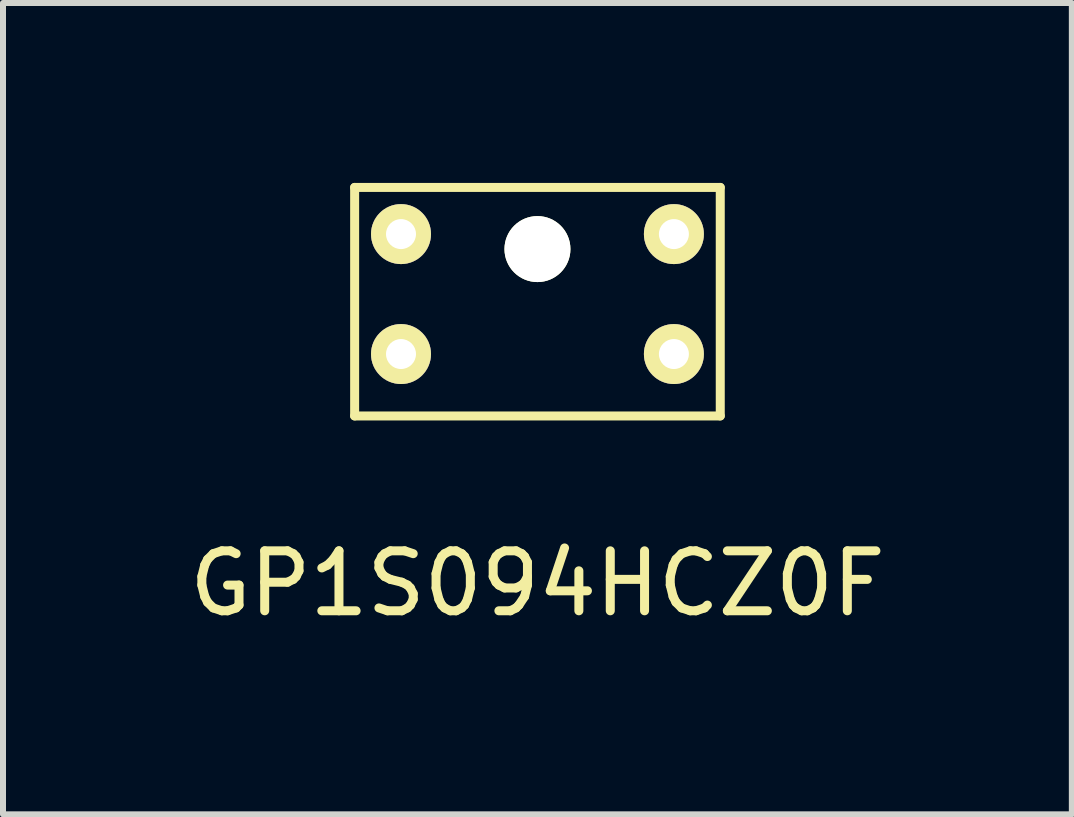
<source format=kicad_pcb>
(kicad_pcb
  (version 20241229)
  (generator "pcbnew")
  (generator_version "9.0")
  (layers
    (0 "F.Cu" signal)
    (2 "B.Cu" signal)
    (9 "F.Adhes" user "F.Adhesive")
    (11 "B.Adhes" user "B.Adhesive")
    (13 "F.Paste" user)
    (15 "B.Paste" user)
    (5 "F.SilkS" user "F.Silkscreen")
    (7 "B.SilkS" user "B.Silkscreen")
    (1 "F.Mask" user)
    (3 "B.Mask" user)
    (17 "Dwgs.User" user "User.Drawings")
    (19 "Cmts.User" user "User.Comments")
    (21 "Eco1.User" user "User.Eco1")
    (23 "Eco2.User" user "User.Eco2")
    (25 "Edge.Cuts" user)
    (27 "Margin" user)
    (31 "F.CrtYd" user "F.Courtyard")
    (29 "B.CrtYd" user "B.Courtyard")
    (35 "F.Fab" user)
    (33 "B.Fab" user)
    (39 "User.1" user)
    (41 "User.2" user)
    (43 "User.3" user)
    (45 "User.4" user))
  (footprint "GP1S094HCZ0F"
    (layer "F.Cu")
    (at 5.911 1.853)
    (property "Reference" "GP1S094HCZ0F" (at 0 4.826 0) (layer "F.SilkS") (effects (font (size 1 1) (thickness 0.15))))
    (attr through_hole)
    (fp_line (start -3.048 -1.778) (end 3.048 -1.778) (stroke (width 0.15) (type solid)) (layer "F.SilkS"))
    (fp_line (start -3.048 2.032) (end -3.048 -1.778) (stroke (width 0.15) (type solid)) (layer "F.SilkS"))
    (fp_line (start -3.048 2.032) (end 3.048 2.032) (stroke (width 0.15) (type solid)) (layer "F.SilkS"))
    (fp_line (start 3.048 2.032) (end 3.048 -1.778) (stroke (width 0.15) (type solid)) (layer "F.SilkS"))
    (pad "" np_thru_hole circle (at 0 -0.75) (size 1.1 1.1) (drill 1.1) (layers "*.Cu" "*.Mask" "F.SilkS"))
    (pad "1" thru_hole circle (at 2.275 1) (size 1 1) (drill 0.5) (layers "*.Cu" "*.Mask" "F.SilkS"))
    (pad "2" thru_hole circle (at -2.275 1) (size 1 1) (drill 0.5) (layers "*.Cu" "*.Mask" "F.SilkS"))
    (pad "3" thru_hole circle (at -2.275 -1) (size 1 1) (drill 0.5) (layers "*.Cu" "*.Mask" "F.SilkS"))
    (pad "4" thru_hole circle (at 2.275 -1) (size 1 1) (drill 0.5) (layers "*.Cu" "*.Mask" "F.SilkS")))
  (gr_rect
    (start -3 -3)
    (end 14.821 10.527)
    (stroke (width 0.1) (type default))
    (fill no)
    (layer "Edge.Cuts")))
</source>
